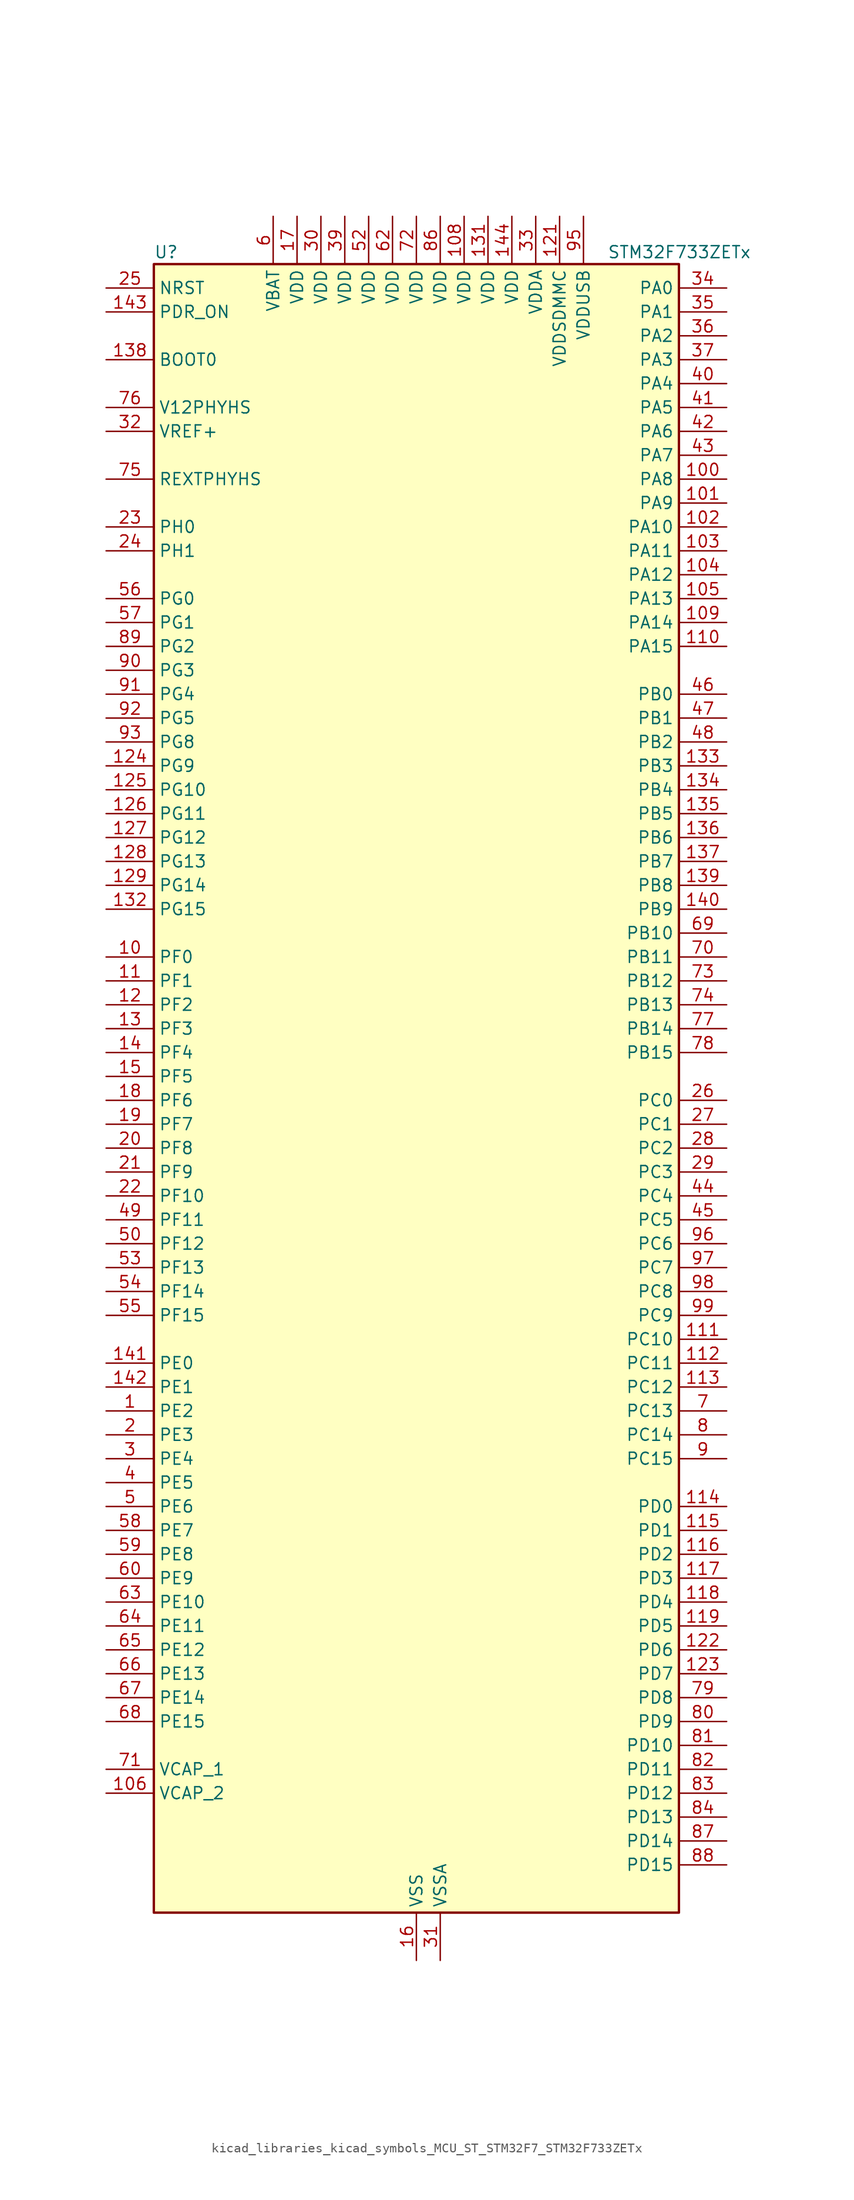
<source format=kicad_sym>
(kicad_symbol_lib
  (version 20220914)
  (generator kicad_symbol_editor)
  (symbol "kicad_libraries_kicad_symbols_MCU_ST_STM32F7_STM32F733ZETx"
    (property "Reference" "U"
      (at -27.94 90.17 0)
      (effects (font (size 1.27 1.27)) (justify left)))
    (property "Value" "STM32F733ZETx"
      (at 20.32 90.17 0)
      (effects (font (size 1.27 1.27)) (justify left)))
    (property "ki_locked" ""
      (at 0 0 0)
      (effects (font (size 1.27 1.27))))
    (symbol "kicad_libraries_kicad_symbols_MCU_ST_STM32F7_STM32F733ZETx_0_1"
      (rectangle (start -27.94 -86.36) (end 27.94 88.9) (stroke (width 0.254) (type default)) (fill (type background))))
    (symbol "kicad_libraries_kicad_symbols_MCU_ST_STM32F7_STM32F733ZETx_1_1"
      (pin bidirectional line (at -33.02 -33.02 0) (length 5.08) (name "PE2" (effects (font (size 1.27 1.27)))) (number "1" (effects (font (size 1.27 1.27)))) (alternate "FMC_A23" bidirectional line) (alternate "QUADSPI_BK1_IO2" bidirectional line) (alternate "SAI1_MCLK_A" bidirectional line) (alternate "SPI4_SCK" bidirectional line) (alternate "SYS_TRACECLK" bidirectional line))
      (pin bidirectional line (at -33.02 15.24 0) (length 5.08) (name "PF0" (effects (font (size 1.27 1.27)))) (number "10" (effects (font (size 1.27 1.27)))) (alternate "FMC_A0" bidirectional line) (alternate "I2C2_SDA" bidirectional line))
      (pin bidirectional line (at 33.02 66.04 180) (length 5.08) (name "PA8" (effects (font (size 1.27 1.27)))) (number "100" (effects (font (size 1.27 1.27)))) (alternate "I2C3_SCL" bidirectional line) (alternate "RCC_MCO_1" bidirectional line) (alternate "TIM1_CH1" bidirectional line) (alternate "TIM8_BKIN2" bidirectional line) (alternate "USART1_CK" bidirectional line) (alternate "USB_OTG_FS_SOF" bidirectional line))
      (pin bidirectional line (at 33.02 63.5 180) (length 5.08) (name "PA9" (effects (font (size 1.27 1.27)))) (number "101" (effects (font (size 1.27 1.27)))) (alternate "DAC_EXTI9" bidirectional line) (alternate "I2C3_SMBA" bidirectional line) (alternate "I2S2_CK" bidirectional line) (alternate "SPI2_SCK" bidirectional line) (alternate "TIM1_CH2" bidirectional line) (alternate "USART1_TX" bidirectional line) (alternate "USB_OTG_FS_VBUS" bidirectional line))
      (pin bidirectional line (at 33.02 60.96 180) (length 5.08) (name "PA10" (effects (font (size 1.27 1.27)))) (number "102" (effects (font (size 1.27 1.27)))) (alternate "TIM1_CH3" bidirectional line) (alternate "USART1_RX" bidirectional line) (alternate "USB_OTG_FS_ID" bidirectional line))
      (pin bidirectional line (at 33.02 58.42 180) (length 5.08) (name "PA11" (effects (font (size 1.27 1.27)))) (number "103" (effects (font (size 1.27 1.27)))) (alternate "ADC1_EXTI11" bidirectional line) (alternate "ADC2_EXTI11" bidirectional line) (alternate "ADC3_EXTI11" bidirectional line) (alternate "CAN1_RX" bidirectional line) (alternate "TIM1_CH4" bidirectional line) (alternate "USART1_CTS" bidirectional line) (alternate "USB_OTG_FS_DM" bidirectional line))
      (pin bidirectional line (at 33.02 55.88 180) (length 5.08) (name "PA12" (effects (font (size 1.27 1.27)))) (number "104" (effects (font (size 1.27 1.27)))) (alternate "CAN1_TX" bidirectional line) (alternate "SAI2_FS_B" bidirectional line) (alternate "TIM1_ETR" bidirectional line) (alternate "USART1_DE" bidirectional line) (alternate "USART1_RTS" bidirectional line) (alternate "USB_OTG_FS_DP" bidirectional line))
      (pin bidirectional line (at 33.02 53.34 180) (length 5.08) (name "PA13" (effects (font (size 1.27 1.27)))) (number "105" (effects (font (size 1.27 1.27)))) (alternate "SYS_JTMS-SWDIO" bidirectional line))
      (pin power_out line (at -33.02 -73.66 0) (length 5.08) (name "VCAP_2" (effects (font (size 1.27 1.27)))) (number "106" (effects (font (size 1.27 1.27)))))
      (pin passive line (at 0 -91.44 90) (length 5.08) hide (name "VSS" (effects (font (size 1.27 1.27)))) (number "107" (effects (font (size 1.27 1.27)))))
      (pin power_in line (at 5.08 93.98 270) (length 5.08) (name "VDD" (effects (font (size 1.27 1.27)))) (number "108" (effects (font (size 1.27 1.27)))))
      (pin bidirectional line (at 33.02 50.8 180) (length 5.08) (name "PA14" (effects (font (size 1.27 1.27)))) (number "109" (effects (font (size 1.27 1.27)))) (alternate "SYS_JTCK-SWCLK" bidirectional line))
      (pin bidirectional line (at -33.02 12.7 0) (length 5.08) (name "PF1" (effects (font (size 1.27 1.27)))) (number "11" (effects (font (size 1.27 1.27)))) (alternate "FMC_A1" bidirectional line) (alternate "I2C2_SCL" bidirectional line))
      (pin bidirectional line (at 33.02 48.26 180) (length 5.08) (name "PA15" (effects (font (size 1.27 1.27)))) (number "110" (effects (font (size 1.27 1.27)))) (alternate "I2S1_WS" bidirectional line) (alternate "I2S3_WS" bidirectional line) (alternate "SPI1_NSS" bidirectional line) (alternate "SPI3_NSS" bidirectional line) (alternate "SYS_JTDI" bidirectional line) (alternate "TIM2_CH1" bidirectional line) (alternate "TIM2_ETR" bidirectional line) (alternate "UART4_DE" bidirectional line) (alternate "UART4_RTS" bidirectional line))
      (pin bidirectional line (at 33.02 -25.4 180) (length 5.08) (name "PC10" (effects (font (size 1.27 1.27)))) (number "111" (effects (font (size 1.27 1.27)))) (alternate "I2S3_CK" bidirectional line) (alternate "QUADSPI_BK1_IO1" bidirectional line) (alternate "SDMMC1_D2" bidirectional line) (alternate "SPI3_SCK" bidirectional line) (alternate "UART4_TX" bidirectional line) (alternate "USART3_TX" bidirectional line))
      (pin bidirectional line (at 33.02 -27.94 180) (length 5.08) (name "PC11" (effects (font (size 1.27 1.27)))) (number "112" (effects (font (size 1.27 1.27)))) (alternate "ADC1_EXTI11" bidirectional line) (alternate "ADC2_EXTI11" bidirectional line) (alternate "ADC3_EXTI11" bidirectional line) (alternate "QUADSPI_BK2_NCS" bidirectional line) (alternate "SDMMC1_D3" bidirectional line) (alternate "SPI3_MISO" bidirectional line) (alternate "UART4_RX" bidirectional line) (alternate "USART3_RX" bidirectional line))
      (pin bidirectional line (at 33.02 -30.48 180) (length 5.08) (name "PC12" (effects (font (size 1.27 1.27)))) (number "113" (effects (font (size 1.27 1.27)))) (alternate "I2S3_SD" bidirectional line) (alternate "SDMMC1_CK" bidirectional line) (alternate "SPI3_MOSI" bidirectional line) (alternate "SYS_TRACED3" bidirectional line) (alternate "UART5_TX" bidirectional line) (alternate "USART3_CK" bidirectional line))
      (pin bidirectional line (at 33.02 -43.18 180) (length 5.08) (name "PD0" (effects (font (size 1.27 1.27)))) (number "114" (effects (font (size 1.27 1.27)))) (alternate "CAN1_RX" bidirectional line) (alternate "FMC_D2" bidirectional line) (alternate "FMC_DA2" bidirectional line))
      (pin bidirectional line (at 33.02 -45.72 180) (length 5.08) (name "PD1" (effects (font (size 1.27 1.27)))) (number "115" (effects (font (size 1.27 1.27)))) (alternate "CAN1_TX" bidirectional line) (alternate "FMC_D3" bidirectional line) (alternate "FMC_DA3" bidirectional line))
      (pin bidirectional line (at 33.02 -48.26 180) (length 5.08) (name "PD2" (effects (font (size 1.27 1.27)))) (number "116" (effects (font (size 1.27 1.27)))) (alternate "SDMMC1_CMD" bidirectional line) (alternate "SYS_TRACED2" bidirectional line) (alternate "TIM3_ETR" bidirectional line) (alternate "UART5_RX" bidirectional line))
      (pin bidirectional line (at 33.02 -50.8 180) (length 5.08) (name "PD3" (effects (font (size 1.27 1.27)))) (number "117" (effects (font (size 1.27 1.27)))) (alternate "FMC_CLK" bidirectional line) (alternate "I2S2_CK" bidirectional line) (alternate "SPI2_SCK" bidirectional line) (alternate "USART2_CTS" bidirectional line))
      (pin bidirectional line (at 33.02 -53.34 180) (length 5.08) (name "PD4" (effects (font (size 1.27 1.27)))) (number "118" (effects (font (size 1.27 1.27)))) (alternate "FMC_NOE" bidirectional line) (alternate "USART2_DE" bidirectional line) (alternate "USART2_RTS" bidirectional line))
      (pin bidirectional line (at 33.02 -55.88 180) (length 5.08) (name "PD5" (effects (font (size 1.27 1.27)))) (number "119" (effects (font (size 1.27 1.27)))) (alternate "FMC_NWE" bidirectional line) (alternate "USART2_TX" bidirectional line))
      (pin bidirectional line (at -33.02 10.16 0) (length 5.08) (name "PF2" (effects (font (size 1.27 1.27)))) (number "12" (effects (font (size 1.27 1.27)))) (alternate "FMC_A2" bidirectional line) (alternate "I2C2_SMBA" bidirectional line))
      (pin passive line (at 0 -91.44 90) (length 5.08) hide (name "VSS" (effects (font (size 1.27 1.27)))) (number "120" (effects (font (size 1.27 1.27)))))
      (pin power_in line (at 15.24 93.98 270) (length 5.08) (name "VDDSDMMC" (effects (font (size 1.27 1.27)))) (number "121" (effects (font (size 1.27 1.27)))))
      (pin bidirectional line (at 33.02 -58.42 180) (length 5.08) (name "PD6" (effects (font (size 1.27 1.27)))) (number "122" (effects (font (size 1.27 1.27)))) (alternate "FMC_NWAIT" bidirectional line) (alternate "I2S3_SD" bidirectional line) (alternate "SAI1_SD_A" bidirectional line) (alternate "SDMMC2_CK" bidirectional line) (alternate "SPI3_MOSI" bidirectional line) (alternate "USART2_RX" bidirectional line))
      (pin bidirectional line (at 33.02 -60.96 180) (length 5.08) (name "PD7" (effects (font (size 1.27 1.27)))) (number "123" (effects (font (size 1.27 1.27)))) (alternate "FMC_NE1" bidirectional line) (alternate "SDMMC2_CMD" bidirectional line) (alternate "USART2_CK" bidirectional line))
      (pin bidirectional line (at -33.02 35.56 0) (length 5.08) (name "PG9" (effects (font (size 1.27 1.27)))) (number "124" (effects (font (size 1.27 1.27)))) (alternate "DAC_EXTI9" bidirectional line) (alternate "FMC_NCE" bidirectional line) (alternate "FMC_NE2" bidirectional line) (alternate "QUADSPI_BK2_IO2" bidirectional line) (alternate "SAI2_FS_B" bidirectional line) (alternate "SDMMC2_D0" bidirectional line) (alternate "USART6_RX" bidirectional line))
      (pin bidirectional line (at -33.02 33.02 0) (length 5.08) (name "PG10" (effects (font (size 1.27 1.27)))) (number "125" (effects (font (size 1.27 1.27)))) (alternate "FMC_NE3" bidirectional line) (alternate "SAI2_SD_B" bidirectional line) (alternate "SDMMC2_D1" bidirectional line))
      (pin bidirectional line (at -33.02 30.48 0) (length 5.08) (name "PG11" (effects (font (size 1.27 1.27)))) (number "126" (effects (font (size 1.27 1.27)))) (alternate "ADC1_EXTI11" bidirectional line) (alternate "ADC2_EXTI11" bidirectional line) (alternate "ADC3_EXTI11" bidirectional line) (alternate "FMC_INT" bidirectional line) (alternate "SDMMC2_D2" bidirectional line))
      (pin bidirectional line (at -33.02 27.94 0) (length 5.08) (name "PG12" (effects (font (size 1.27 1.27)))) (number "127" (effects (font (size 1.27 1.27)))) (alternate "FMC_NE4" bidirectional line) (alternate "LPTIM1_IN1" bidirectional line) (alternate "SDMMC2_D3" bidirectional line) (alternate "USART6_DE" bidirectional line) (alternate "USART6_RTS" bidirectional line))
      (pin bidirectional line (at -33.02 25.4 0) (length 5.08) (name "PG13" (effects (font (size 1.27 1.27)))) (number "128" (effects (font (size 1.27 1.27)))) (alternate "FMC_A24" bidirectional line) (alternate "LPTIM1_OUT" bidirectional line) (alternate "SYS_TRACED0" bidirectional line) (alternate "USART6_CTS" bidirectional line))
      (pin bidirectional line (at -33.02 22.86 0) (length 5.08) (name "PG14" (effects (font (size 1.27 1.27)))) (number "129" (effects (font (size 1.27 1.27)))) (alternate "FMC_A25" bidirectional line) (alternate "LPTIM1_ETR" bidirectional line) (alternate "QUADSPI_BK2_IO3" bidirectional line) (alternate "SYS_TRACED1" bidirectional line) (alternate "USART6_TX" bidirectional line))
      (pin bidirectional line (at -33.02 7.62 0) (length 5.08) (name "PF3" (effects (font (size 1.27 1.27)))) (number "13" (effects (font (size 1.27 1.27)))) (alternate "ADC3_IN9" bidirectional line) (alternate "FMC_A3" bidirectional line))
      (pin passive line (at 0 -91.44 90) (length 5.08) hide (name "VSS" (effects (font (size 1.27 1.27)))) (number "130" (effects (font (size 1.27 1.27)))))
      (pin power_in line (at 7.62 93.98 270) (length 5.08) (name "VDD" (effects (font (size 1.27 1.27)))) (number "131" (effects (font (size 1.27 1.27)))))
      (pin bidirectional line (at -33.02 20.32 0) (length 5.08) (name "PG15" (effects (font (size 1.27 1.27)))) (number "132" (effects (font (size 1.27 1.27)))) (alternate "FMC_SDNCAS" bidirectional line) (alternate "USART6_CTS" bidirectional line))
      (pin bidirectional line (at 33.02 35.56 180) (length 5.08) (name "PB3" (effects (font (size 1.27 1.27)))) (number "133" (effects (font (size 1.27 1.27)))) (alternate "I2S1_CK" bidirectional line) (alternate "I2S3_CK" bidirectional line) (alternate "SDMMC2_D2" bidirectional line) (alternate "SPI1_SCK" bidirectional line) (alternate "SPI3_SCK" bidirectional line) (alternate "SYS_JTDO-SWO" bidirectional line) (alternate "TIM2_CH2" bidirectional line))
      (pin bidirectional line (at 33.02 33.02 180) (length 5.08) (name "PB4" (effects (font (size 1.27 1.27)))) (number "134" (effects (font (size 1.27 1.27)))) (alternate "I2S2_WS" bidirectional line) (alternate "SDMMC2_D3" bidirectional line) (alternate "SPI1_MISO" bidirectional line) (alternate "SPI2_NSS" bidirectional line) (alternate "SPI3_MISO" bidirectional line) (alternate "SYS_JTRST" bidirectional line) (alternate "TIM3_CH1" bidirectional line))
      (pin bidirectional line (at 33.02 30.48 180) (length 5.08) (name "PB5" (effects (font (size 1.27 1.27)))) (number "135" (effects (font (size 1.27 1.27)))) (alternate "FMC_SDCKE1" bidirectional line) (alternate "I2C1_SMBA" bidirectional line) (alternate "I2S1_SD" bidirectional line) (alternate "I2S3_SD" bidirectional line) (alternate "SPI1_MOSI" bidirectional line) (alternate "SPI3_MOSI" bidirectional line) (alternate "TIM3_CH2" bidirectional line))
      (pin bidirectional line (at 33.02 27.94 180) (length 5.08) (name "PB6" (effects (font (size 1.27 1.27)))) (number "136" (effects (font (size 1.27 1.27)))) (alternate "FMC_SDNE1" bidirectional line) (alternate "I2C1_SCL" bidirectional line) (alternate "QUADSPI_BK1_NCS" bidirectional line) (alternate "TIM4_CH1" bidirectional line) (alternate "USART1_TX" bidirectional line))
      (pin bidirectional line (at 33.02 25.4 180) (length 5.08) (name "PB7" (effects (font (size 1.27 1.27)))) (number "137" (effects (font (size 1.27 1.27)))) (alternate "FMC_NL" bidirectional line) (alternate "I2C1_SDA" bidirectional line) (alternate "TIM4_CH2" bidirectional line) (alternate "USART1_RX" bidirectional line))
      (pin input line (at -33.02 78.74 0) (length 5.08) (name "BOOT0" (effects (font (size 1.27 1.27)))) (number "138" (effects (font (size 1.27 1.27)))))
      (pin bidirectional line (at 33.02 22.86 180) (length 5.08) (name "PB8" (effects (font (size 1.27 1.27)))) (number "139" (effects (font (size 1.27 1.27)))) (alternate "CAN1_RX" bidirectional line) (alternate "I2C1_SCL" bidirectional line) (alternate "SDMMC1_D4" bidirectional line) (alternate "SDMMC2_D4" bidirectional line) (alternate "TIM10_CH1" bidirectional line) (alternate "TIM4_CH3" bidirectional line))
      (pin bidirectional line (at -33.02 5.08 0) (length 5.08) (name "PF4" (effects (font (size 1.27 1.27)))) (number "14" (effects (font (size 1.27 1.27)))) (alternate "ADC3_IN14" bidirectional line) (alternate "FMC_A4" bidirectional line))
      (pin bidirectional line (at 33.02 20.32 180) (length 5.08) (name "PB9" (effects (font (size 1.27 1.27)))) (number "140" (effects (font (size 1.27 1.27)))) (alternate "CAN1_TX" bidirectional line) (alternate "DAC_EXTI9" bidirectional line) (alternate "I2C1_SDA" bidirectional line) (alternate "I2S2_WS" bidirectional line) (alternate "SDMMC1_D5" bidirectional line) (alternate "SDMMC2_D5" bidirectional line) (alternate "SPI2_NSS" bidirectional line) (alternate "TIM11_CH1" bidirectional line) (alternate "TIM4_CH4" bidirectional line))
      (pin bidirectional line (at -33.02 -27.94 0) (length 5.08) (name "PE0" (effects (font (size 1.27 1.27)))) (number "141" (effects (font (size 1.27 1.27)))) (alternate "FMC_NBL0" bidirectional line) (alternate "LPTIM1_ETR" bidirectional line) (alternate "SAI2_MCLK_A" bidirectional line) (alternate "TIM4_ETR" bidirectional line) (alternate "UART8_RX" bidirectional line))
      (pin bidirectional line (at -33.02 -30.48 0) (length 5.08) (name "PE1" (effects (font (size 1.27 1.27)))) (number "142" (effects (font (size 1.27 1.27)))) (alternate "FMC_NBL1" bidirectional line) (alternate "LPTIM1_IN2" bidirectional line) (alternate "UART8_TX" bidirectional line))
      (pin input line (at -33.02 83.82 0) (length 5.08) (name "PDR_ON" (effects (font (size 1.27 1.27)))) (number "143" (effects (font (size 1.27 1.27)))))
      (pin power_in line (at 10.16 93.98 270) (length 5.08) (name "VDD" (effects (font (size 1.27 1.27)))) (number "144" (effects (font (size 1.27 1.27)))))
      (pin bidirectional line (at -33.02 2.54 0) (length 5.08) (name "PF5" (effects (font (size 1.27 1.27)))) (number "15" (effects (font (size 1.27 1.27)))) (alternate "ADC3_IN15" bidirectional line) (alternate "FMC_A5" bidirectional line))
      (pin power_in line (at 0 -91.44 90) (length 5.08) (name "VSS" (effects (font (size 1.27 1.27)))) (number "16" (effects (font (size 1.27 1.27)))))
      (pin power_in line (at -12.7 93.98 270) (length 5.08) (name "VDD" (effects (font (size 1.27 1.27)))) (number "17" (effects (font (size 1.27 1.27)))))
      (pin bidirectional line (at -33.02 0 0) (length 5.08) (name "PF6" (effects (font (size 1.27 1.27)))) (number "18" (effects (font (size 1.27 1.27)))) (alternate "ADC3_IN4" bidirectional line) (alternate "QUADSPI_BK1_IO3" bidirectional line) (alternate "SAI1_SD_B" bidirectional line) (alternate "SPI5_NSS" bidirectional line) (alternate "TIM10_CH1" bidirectional line) (alternate "UART7_RX" bidirectional line))
      (pin bidirectional line (at -33.02 -2.54 0) (length 5.08) (name "PF7" (effects (font (size 1.27 1.27)))) (number "19" (effects (font (size 1.27 1.27)))) (alternate "ADC3_IN5" bidirectional line) (alternate "QUADSPI_BK1_IO2" bidirectional line) (alternate "SAI1_MCLK_B" bidirectional line) (alternate "SPI5_SCK" bidirectional line) (alternate "TIM11_CH1" bidirectional line) (alternate "UART7_TX" bidirectional line))
      (pin bidirectional line (at -33.02 -35.56 0) (length 5.08) (name "PE3" (effects (font (size 1.27 1.27)))) (number "2" (effects (font (size 1.27 1.27)))) (alternate "FMC_A19" bidirectional line) (alternate "SAI1_SD_B" bidirectional line) (alternate "SYS_TRACED0" bidirectional line))
      (pin bidirectional line (at -33.02 -5.08 0) (length 5.08) (name "PF8" (effects (font (size 1.27 1.27)))) (number "20" (effects (font (size 1.27 1.27)))) (alternate "ADC3_IN6" bidirectional line) (alternate "QUADSPI_BK1_IO0" bidirectional line) (alternate "SAI1_SCK_B" bidirectional line) (alternate "SPI5_MISO" bidirectional line) (alternate "TIM13_CH1" bidirectional line) (alternate "UART7_DE" bidirectional line) (alternate "UART7_RTS" bidirectional line))
      (pin bidirectional line (at -33.02 -7.62 0) (length 5.08) (name "PF9" (effects (font (size 1.27 1.27)))) (number "21" (effects (font (size 1.27 1.27)))) (alternate "ADC3_IN7" bidirectional line) (alternate "DAC_EXTI9" bidirectional line) (alternate "QUADSPI_BK1_IO1" bidirectional line) (alternate "SAI1_FS_B" bidirectional line) (alternate "SPI5_MOSI" bidirectional line) (alternate "TIM14_CH1" bidirectional line) (alternate "UART7_CTS" bidirectional line))
      (pin bidirectional line (at -33.02 -10.16 0) (length 5.08) (name "PF10" (effects (font (size 1.27 1.27)))) (number "22" (effects (font (size 1.27 1.27)))) (alternate "ADC3_IN8" bidirectional line))
      (pin bidirectional line (at -33.02 60.96 0) (length 5.08) (name "PH0" (effects (font (size 1.27 1.27)))) (number "23" (effects (font (size 1.27 1.27)))) (alternate "RCC_OSC_IN" bidirectional line))
      (pin bidirectional line (at -33.02 58.42 0) (length 5.08) (name "PH1" (effects (font (size 1.27 1.27)))) (number "24" (effects (font (size 1.27 1.27)))) (alternate "RCC_OSC_OUT" bidirectional line))
      (pin input line (at -33.02 86.36 0) (length 5.08) (name "NRST" (effects (font (size 1.27 1.27)))) (number "25" (effects (font (size 1.27 1.27)))))
      (pin bidirectional line (at 33.02 0 180) (length 5.08) (name "PC0" (effects (font (size 1.27 1.27)))) (number "26" (effects (font (size 1.27 1.27)))) (alternate "ADC1_IN10" bidirectional line) (alternate "ADC2_IN10" bidirectional line) (alternate "ADC3_IN10" bidirectional line) (alternate "FMC_SDNWE" bidirectional line) (alternate "SAI2_FS_B" bidirectional line))
      (pin bidirectional line (at 33.02 -2.54 180) (length 5.08) (name "PC1" (effects (font (size 1.27 1.27)))) (number "27" (effects (font (size 1.27 1.27)))) (alternate "ADC1_IN11" bidirectional line) (alternate "ADC2_IN11" bidirectional line) (alternate "ADC3_IN11" bidirectional line) (alternate "I2S2_SD" bidirectional line) (alternate "RTC_TAMP3" bidirectional line) (alternate "RTC_TS" bidirectional line) (alternate "SAI1_SD_A" bidirectional line) (alternate "SPI2_MOSI" bidirectional line) (alternate "SYS_TRACED0" bidirectional line) (alternate "SYS_WKUP3" bidirectional line))
      (pin bidirectional line (at 33.02 -5.08 180) (length 5.08) (name "PC2" (effects (font (size 1.27 1.27)))) (number "28" (effects (font (size 1.27 1.27)))) (alternate "ADC1_IN12" bidirectional line) (alternate "ADC2_IN12" bidirectional line) (alternate "ADC3_IN12" bidirectional line) (alternate "FMC_SDNE0" bidirectional line) (alternate "SPI2_MISO" bidirectional line))
      (pin bidirectional line (at 33.02 -7.62 180) (length 5.08) (name "PC3" (effects (font (size 1.27 1.27)))) (number "29" (effects (font (size 1.27 1.27)))) (alternate "ADC1_IN13" bidirectional line) (alternate "ADC2_IN13" bidirectional line) (alternate "ADC3_IN13" bidirectional line) (alternate "FMC_SDCKE0" bidirectional line) (alternate "I2S2_SD" bidirectional line) (alternate "SPI2_MOSI" bidirectional line))
      (pin bidirectional line (at -33.02 -38.1 0) (length 5.08) (name "PE4" (effects (font (size 1.27 1.27)))) (number "3" (effects (font (size 1.27 1.27)))) (alternate "FMC_A20" bidirectional line) (alternate "SAI1_FS_A" bidirectional line) (alternate "SPI4_NSS" bidirectional line) (alternate "SYS_TRACED1" bidirectional line))
      (pin power_in line (at -10.16 93.98 270) (length 5.08) (name "VDD" (effects (font (size 1.27 1.27)))) (number "30" (effects (font (size 1.27 1.27)))))
      (pin power_in line (at 2.54 -91.44 90) (length 5.08) (name "VSSA" (effects (font (size 1.27 1.27)))) (number "31" (effects (font (size 1.27 1.27)))))
      (pin input line (at -33.02 71.12 0) (length 5.08) (name "VREF+" (effects (font (size 1.27 1.27)))) (number "32" (effects (font (size 1.27 1.27)))))
      (pin power_in line (at 12.7 93.98 270) (length 5.08) (name "VDDA" (effects (font (size 1.27 1.27)))) (number "33" (effects (font (size 1.27 1.27)))))
      (pin bidirectional line (at 33.02 86.36 180) (length 5.08) (name "PA0" (effects (font (size 1.27 1.27)))) (number "34" (effects (font (size 1.27 1.27)))) (alternate "ADC1_IN0" bidirectional line) (alternate "ADC2_IN0" bidirectional line) (alternate "ADC3_IN0" bidirectional line) (alternate "SAI2_SD_B" bidirectional line) (alternate "SYS_WKUP1" bidirectional line) (alternate "TIM2_CH1" bidirectional line) (alternate "TIM2_ETR" bidirectional line) (alternate "TIM5_CH1" bidirectional line) (alternate "TIM8_ETR" bidirectional line) (alternate "UART4_TX" bidirectional line) (alternate "USART2_CTS" bidirectional line))
      (pin bidirectional line (at 33.02 83.82 180) (length 5.08) (name "PA1" (effects (font (size 1.27 1.27)))) (number "35" (effects (font (size 1.27 1.27)))) (alternate "ADC1_IN1" bidirectional line) (alternate "ADC2_IN1" bidirectional line) (alternate "ADC3_IN1" bidirectional line) (alternate "QUADSPI_BK1_IO3" bidirectional line) (alternate "SAI2_MCLK_B" bidirectional line) (alternate "TIM2_CH2" bidirectional line) (alternate "TIM5_CH2" bidirectional line) (alternate "UART4_RX" bidirectional line) (alternate "USART2_DE" bidirectional line) (alternate "USART2_RTS" bidirectional line))
      (pin bidirectional line (at 33.02 81.28 180) (length 5.08) (name "PA2" (effects (font (size 1.27 1.27)))) (number "36" (effects (font (size 1.27 1.27)))) (alternate "ADC1_IN2" bidirectional line) (alternate "ADC2_IN2" bidirectional line) (alternate "ADC3_IN2" bidirectional line) (alternate "SAI2_SCK_B" bidirectional line) (alternate "SYS_WKUP2" bidirectional line) (alternate "TIM2_CH3" bidirectional line) (alternate "TIM5_CH3" bidirectional line) (alternate "TIM9_CH1" bidirectional line) (alternate "USART2_TX" bidirectional line))
      (pin bidirectional line (at 33.02 78.74 180) (length 5.08) (name "PA3" (effects (font (size 1.27 1.27)))) (number "37" (effects (font (size 1.27 1.27)))) (alternate "ADC1_IN3" bidirectional line) (alternate "ADC2_IN3" bidirectional line) (alternate "ADC3_IN3" bidirectional line) (alternate "TIM2_CH4" bidirectional line) (alternate "TIM5_CH4" bidirectional line) (alternate "TIM9_CH2" bidirectional line) (alternate "USART2_RX" bidirectional line))
      (pin passive line (at 0 -91.44 90) (length 5.08) hide (name "VSS" (effects (font (size 1.27 1.27)))) (number "38" (effects (font (size 1.27 1.27)))))
      (pin power_in line (at -7.62 93.98 270) (length 5.08) (name "VDD" (effects (font (size 1.27 1.27)))) (number "39" (effects (font (size 1.27 1.27)))))
      (pin bidirectional line (at -33.02 -40.64 0) (length 5.08) (name "PE5" (effects (font (size 1.27 1.27)))) (number "4" (effects (font (size 1.27 1.27)))) (alternate "FMC_A21" bidirectional line) (alternate "SAI1_SCK_A" bidirectional line) (alternate "SPI4_MISO" bidirectional line) (alternate "SYS_TRACED2" bidirectional line) (alternate "TIM9_CH1" bidirectional line))
      (pin bidirectional line (at 33.02 76.2 180) (length 5.08) (name "PA4" (effects (font (size 1.27 1.27)))) (number "40" (effects (font (size 1.27 1.27)))) (alternate "ADC1_IN4" bidirectional line) (alternate "ADC2_IN4" bidirectional line) (alternate "DAC_OUT1" bidirectional line) (alternate "I2S1_WS" bidirectional line) (alternate "I2S3_WS" bidirectional line) (alternate "SPI1_NSS" bidirectional line) (alternate "SPI3_NSS" bidirectional line) (alternate "USART2_CK" bidirectional line) (alternate "USB_OTG_HS_SOF" bidirectional line))
      (pin bidirectional line (at 33.02 73.66 180) (length 5.08) (name "PA5" (effects (font (size 1.27 1.27)))) (number "41" (effects (font (size 1.27 1.27)))) (alternate "ADC1_IN5" bidirectional line) (alternate "ADC2_IN5" bidirectional line) (alternate "DAC_OUT2" bidirectional line) (alternate "I2S1_CK" bidirectional line) (alternate "SPI1_SCK" bidirectional line) (alternate "TIM2_CH1" bidirectional line) (alternate "TIM2_ETR" bidirectional line) (alternate "TIM8_CH1N" bidirectional line))
      (pin bidirectional line (at 33.02 71.12 180) (length 5.08) (name "PA6" (effects (font (size 1.27 1.27)))) (number "42" (effects (font (size 1.27 1.27)))) (alternate "ADC1_IN6" bidirectional line) (alternate "ADC2_IN6" bidirectional line) (alternate "SPI1_MISO" bidirectional line) (alternate "TIM13_CH1" bidirectional line) (alternate "TIM1_BKIN" bidirectional line) (alternate "TIM3_CH1" bidirectional line) (alternate "TIM8_BKIN" bidirectional line))
      (pin bidirectional line (at 33.02 68.58 180) (length 5.08) (name "PA7" (effects (font (size 1.27 1.27)))) (number "43" (effects (font (size 1.27 1.27)))) (alternate "ADC1_IN7" bidirectional line) (alternate "ADC2_IN7" bidirectional line) (alternate "FMC_SDNWE" bidirectional line) (alternate "I2S1_SD" bidirectional line) (alternate "SPI1_MOSI" bidirectional line) (alternate "TIM14_CH1" bidirectional line) (alternate "TIM1_CH1N" bidirectional line) (alternate "TIM3_CH2" bidirectional line) (alternate "TIM8_CH1N" bidirectional line))
      (pin bidirectional line (at 33.02 -10.16 180) (length 5.08) (name "PC4" (effects (font (size 1.27 1.27)))) (number "44" (effects (font (size 1.27 1.27)))) (alternate "ADC1_IN14" bidirectional line) (alternate "ADC2_IN14" bidirectional line) (alternate "FMC_SDNE0" bidirectional line) (alternate "I2S1_MCK" bidirectional line))
      (pin bidirectional line (at 33.02 -12.7 180) (length 5.08) (name "PC5" (effects (font (size 1.27 1.27)))) (number "45" (effects (font (size 1.27 1.27)))) (alternate "ADC1_IN15" bidirectional line) (alternate "ADC2_IN15" bidirectional line) (alternate "FMC_SDCKE0" bidirectional line))
      (pin bidirectional line (at 33.02 43.18 180) (length 5.08) (name "PB0" (effects (font (size 1.27 1.27)))) (number "46" (effects (font (size 1.27 1.27)))) (alternate "ADC1_IN8" bidirectional line) (alternate "ADC2_IN8" bidirectional line) (alternate "TIM1_CH2N" bidirectional line) (alternate "TIM3_CH3" bidirectional line) (alternate "TIM8_CH2N" bidirectional line) (alternate "UART4_CTS" bidirectional line))
      (pin bidirectional line (at 33.02 40.64 180) (length 5.08) (name "PB1" (effects (font (size 1.27 1.27)))) (number "47" (effects (font (size 1.27 1.27)))) (alternate "ADC1_IN9" bidirectional line) (alternate "ADC2_IN9" bidirectional line) (alternate "TIM1_CH3N" bidirectional line) (alternate "TIM3_CH4" bidirectional line) (alternate "TIM8_CH3N" bidirectional line))
      (pin bidirectional line (at 33.02 38.1 180) (length 5.08) (name "PB2" (effects (font (size 1.27 1.27)))) (number "48" (effects (font (size 1.27 1.27)))) (alternate "I2S3_SD" bidirectional line) (alternate "QUADSPI_CLK" bidirectional line) (alternate "SAI1_SD_A" bidirectional line) (alternate "SPI3_MOSI" bidirectional line))
      (pin bidirectional line (at -33.02 -12.7 0) (length 5.08) (name "PF11" (effects (font (size 1.27 1.27)))) (number "49" (effects (font (size 1.27 1.27)))) (alternate "ADC1_EXTI11" bidirectional line) (alternate "ADC2_EXTI11" bidirectional line) (alternate "ADC3_EXTI11" bidirectional line) (alternate "FMC_SDNRAS" bidirectional line) (alternate "SAI2_SD_B" bidirectional line) (alternate "SPI5_MOSI" bidirectional line))
      (pin bidirectional line (at -33.02 -43.18 0) (length 5.08) (name "PE6" (effects (font (size 1.27 1.27)))) (number "5" (effects (font (size 1.27 1.27)))) (alternate "FMC_A22" bidirectional line) (alternate "SAI1_SD_A" bidirectional line) (alternate "SAI2_MCLK_B" bidirectional line) (alternate "SPI4_MOSI" bidirectional line) (alternate "SYS_TRACED3" bidirectional line) (alternate "TIM1_BKIN2" bidirectional line) (alternate "TIM9_CH2" bidirectional line))
      (pin bidirectional line (at -33.02 -15.24 0) (length 5.08) (name "PF12" (effects (font (size 1.27 1.27)))) (number "50" (effects (font (size 1.27 1.27)))) (alternate "FMC_A6" bidirectional line))
      (pin passive line (at 0 -91.44 90) (length 5.08) hide (name "VSS" (effects (font (size 1.27 1.27)))) (number "51" (effects (font (size 1.27 1.27)))))
      (pin power_in line (at -5.08 93.98 270) (length 5.08) (name "VDD" (effects (font (size 1.27 1.27)))) (number "52" (effects (font (size 1.27 1.27)))))
      (pin bidirectional line (at -33.02 -17.78 0) (length 5.08) (name "PF13" (effects (font (size 1.27 1.27)))) (number "53" (effects (font (size 1.27 1.27)))) (alternate "FMC_A7" bidirectional line))
      (pin bidirectional line (at -33.02 -20.32 0) (length 5.08) (name "PF14" (effects (font (size 1.27 1.27)))) (number "54" (effects (font (size 1.27 1.27)))) (alternate "FMC_A8" bidirectional line))
      (pin bidirectional line (at -33.02 -22.86 0) (length 5.08) (name "PF15" (effects (font (size 1.27 1.27)))) (number "55" (effects (font (size 1.27 1.27)))) (alternate "FMC_A9" bidirectional line))
      (pin bidirectional line (at -33.02 53.34 0) (length 5.08) (name "PG0" (effects (font (size 1.27 1.27)))) (number "56" (effects (font (size 1.27 1.27)))) (alternate "FMC_A10" bidirectional line))
      (pin bidirectional line (at -33.02 50.8 0) (length 5.08) (name "PG1" (effects (font (size 1.27 1.27)))) (number "57" (effects (font (size 1.27 1.27)))) (alternate "FMC_A11" bidirectional line))
      (pin bidirectional line (at -33.02 -45.72 0) (length 5.08) (name "PE7" (effects (font (size 1.27 1.27)))) (number "58" (effects (font (size 1.27 1.27)))) (alternate "FMC_D4" bidirectional line) (alternate "FMC_DA4" bidirectional line) (alternate "QUADSPI_BK2_IO0" bidirectional line) (alternate "TIM1_ETR" bidirectional line) (alternate "UART7_RX" bidirectional line))
      (pin bidirectional line (at -33.02 -48.26 0) (length 5.08) (name "PE8" (effects (font (size 1.27 1.27)))) (number "59" (effects (font (size 1.27 1.27)))) (alternate "FMC_D5" bidirectional line) (alternate "FMC_DA5" bidirectional line) (alternate "QUADSPI_BK2_IO1" bidirectional line) (alternate "TIM1_CH1N" bidirectional line) (alternate "UART7_TX" bidirectional line))
      (pin power_in line (at -15.24 93.98 270) (length 5.08) (name "VBAT" (effects (font (size 1.27 1.27)))) (number "6" (effects (font (size 1.27 1.27)))))
      (pin bidirectional line (at -33.02 -50.8 0) (length 5.08) (name "PE9" (effects (font (size 1.27 1.27)))) (number "60" (effects (font (size 1.27 1.27)))) (alternate "DAC_EXTI9" bidirectional line) (alternate "FMC_D6" bidirectional line) (alternate "FMC_DA6" bidirectional line) (alternate "QUADSPI_BK2_IO2" bidirectional line) (alternate "TIM1_CH1" bidirectional line) (alternate "UART7_DE" bidirectional line) (alternate "UART7_RTS" bidirectional line))
      (pin passive line (at 0 -91.44 90) (length 5.08) hide (name "VSS" (effects (font (size 1.27 1.27)))) (number "61" (effects (font (size 1.27 1.27)))))
      (pin power_in line (at -2.54 93.98 270) (length 5.08) (name "VDD" (effects (font (size 1.27 1.27)))) (number "62" (effects (font (size 1.27 1.27)))))
      (pin bidirectional line (at -33.02 -53.34 0) (length 5.08) (name "PE10" (effects (font (size 1.27 1.27)))) (number "63" (effects (font (size 1.27 1.27)))) (alternate "FMC_D7" bidirectional line) (alternate "FMC_DA7" bidirectional line) (alternate "QUADSPI_BK2_IO3" bidirectional line) (alternate "TIM1_CH2N" bidirectional line) (alternate "UART7_CTS" bidirectional line))
      (pin bidirectional line (at -33.02 -55.88 0) (length 5.08) (name "PE11" (effects (font (size 1.27 1.27)))) (number "64" (effects (font (size 1.27 1.27)))) (alternate "ADC1_EXTI11" bidirectional line) (alternate "ADC2_EXTI11" bidirectional line) (alternate "ADC3_EXTI11" bidirectional line) (alternate "FMC_D8" bidirectional line) (alternate "FMC_DA8" bidirectional line) (alternate "SAI2_SD_B" bidirectional line) (alternate "SPI4_NSS" bidirectional line) (alternate "TIM1_CH2" bidirectional line))
      (pin bidirectional line (at -33.02 -58.42 0) (length 5.08) (name "PE12" (effects (font (size 1.27 1.27)))) (number "65" (effects (font (size 1.27 1.27)))) (alternate "FMC_D9" bidirectional line) (alternate "FMC_DA9" bidirectional line) (alternate "SAI2_SCK_B" bidirectional line) (alternate "SPI4_SCK" bidirectional line) (alternate "TIM1_CH3N" bidirectional line))
      (pin bidirectional line (at -33.02 -60.96 0) (length 5.08) (name "PE13" (effects (font (size 1.27 1.27)))) (number "66" (effects (font (size 1.27 1.27)))) (alternate "FMC_D10" bidirectional line) (alternate "FMC_DA10" bidirectional line) (alternate "SAI2_FS_B" bidirectional line) (alternate "SPI4_MISO" bidirectional line) (alternate "TIM1_CH3" bidirectional line))
      (pin bidirectional line (at -33.02 -63.5 0) (length 5.08) (name "PE14" (effects (font (size 1.27 1.27)))) (number "67" (effects (font (size 1.27 1.27)))) (alternate "FMC_D11" bidirectional line) (alternate "FMC_DA11" bidirectional line) (alternate "SAI2_MCLK_B" bidirectional line) (alternate "SPI4_MOSI" bidirectional line) (alternate "TIM1_CH4" bidirectional line))
      (pin bidirectional line (at -33.02 -66.04 0) (length 5.08) (name "PE15" (effects (font (size 1.27 1.27)))) (number "68" (effects (font (size 1.27 1.27)))) (alternate "FMC_D12" bidirectional line) (alternate "FMC_DA12" bidirectional line) (alternate "TIM1_BKIN" bidirectional line))
      (pin bidirectional line (at 33.02 17.78 180) (length 5.08) (name "PB10" (effects (font (size 1.27 1.27)))) (number "69" (effects (font (size 1.27 1.27)))) (alternate "I2C2_SCL" bidirectional line) (alternate "I2S2_CK" bidirectional line) (alternate "SPI2_SCK" bidirectional line) (alternate "TIM2_CH3" bidirectional line) (alternate "USART3_TX" bidirectional line))
      (pin bidirectional line (at 33.02 -33.02 180) (length 5.08) (name "PC13" (effects (font (size 1.27 1.27)))) (number "7" (effects (font (size 1.27 1.27)))) (alternate "RTC_OUT" bidirectional line) (alternate "RTC_TAMP1" bidirectional line) (alternate "RTC_TS" bidirectional line) (alternate "SYS_WKUP4" bidirectional line))
      (pin bidirectional line (at 33.02 15.24 180) (length 5.08) (name "PB11" (effects (font (size 1.27 1.27)))) (number "70" (effects (font (size 1.27 1.27)))) (alternate "ADC1_EXTI11" bidirectional line) (alternate "ADC2_EXTI11" bidirectional line) (alternate "ADC3_EXTI11" bidirectional line) (alternate "I2C2_SDA" bidirectional line) (alternate "TIM2_CH4" bidirectional line) (alternate "USART3_RX" bidirectional line))
      (pin power_out line (at -33.02 -71.12 0) (length 5.08) (name "VCAP_1" (effects (font (size 1.27 1.27)))) (number "71" (effects (font (size 1.27 1.27)))))
      (pin power_in line (at 0 93.98 270) (length 5.08) (name "VDD" (effects (font (size 1.27 1.27)))) (number "72" (effects (font (size 1.27 1.27)))))
      (pin bidirectional line (at 33.02 12.7 180) (length 5.08) (name "PB12" (effects (font (size 1.27 1.27)))) (number "73" (effects (font (size 1.27 1.27)))) (alternate "I2C2_SMBA" bidirectional line) (alternate "I2S2_WS" bidirectional line) (alternate "SPI2_NSS" bidirectional line) (alternate "TIM1_BKIN" bidirectional line) (alternate "USART3_CK" bidirectional line) (alternate "USB_OTG_HS_ID" bidirectional line))
      (pin bidirectional line (at 33.02 10.16 180) (length 5.08) (name "PB13" (effects (font (size 1.27 1.27)))) (number "74" (effects (font (size 1.27 1.27)))) (alternate "I2S2_CK" bidirectional line) (alternate "SPI2_SCK" bidirectional line) (alternate "TIM1_CH1N" bidirectional line) (alternate "USART3_CTS" bidirectional line) (alternate "USB_OTG_HS_VBUS" bidirectional line))
      (pin bidirectional line (at -33.02 66.04 0) (length 5.08) (name "REXTPHYHS" (effects (font (size 1.27 1.27)))) (number "75" (effects (font (size 1.27 1.27)))) (alternate "USB_OTG_HS_REXTPHYHS" bidirectional line))
      (pin power_in line (at -33.02 73.66 0) (length 5.08) (name "V12PHYHS" (effects (font (size 1.27 1.27)))) (number "76" (effects (font (size 1.27 1.27)))))
      (pin bidirectional line (at 33.02 7.62 180) (length 5.08) (name "PB14" (effects (font (size 1.27 1.27)))) (number "77" (effects (font (size 1.27 1.27)))) (alternate "USB_OTG_HS_DM" bidirectional line))
      (pin bidirectional line (at 33.02 5.08 180) (length 5.08) (name "PB15" (effects (font (size 1.27 1.27)))) (number "78" (effects (font (size 1.27 1.27)))) (alternate "USB_OTG_HS_DP" bidirectional line))
      (pin bidirectional line (at 33.02 -63.5 180) (length 5.08) (name "PD8" (effects (font (size 1.27 1.27)))) (number "79" (effects (font (size 1.27 1.27)))) (alternate "FMC_D13" bidirectional line) (alternate "FMC_DA13" bidirectional line) (alternate "USART3_TX" bidirectional line))
      (pin bidirectional line (at 33.02 -35.56 180) (length 5.08) (name "PC14" (effects (font (size 1.27 1.27)))) (number "8" (effects (font (size 1.27 1.27)))) (alternate "RCC_OSC32_IN" bidirectional line))
      (pin bidirectional line (at 33.02 -66.04 180) (length 5.08) (name "PD9" (effects (font (size 1.27 1.27)))) (number "80" (effects (font (size 1.27 1.27)))) (alternate "DAC_EXTI9" bidirectional line) (alternate "FMC_D14" bidirectional line) (alternate "FMC_DA14" bidirectional line) (alternate "USART3_RX" bidirectional line))
      (pin bidirectional line (at 33.02 -68.58 180) (length 5.08) (name "PD10" (effects (font (size 1.27 1.27)))) (number "81" (effects (font (size 1.27 1.27)))) (alternate "FMC_D15" bidirectional line) (alternate "FMC_DA15" bidirectional line) (alternate "USART3_CK" bidirectional line))
      (pin bidirectional line (at 33.02 -71.12 180) (length 5.08) (name "PD11" (effects (font (size 1.27 1.27)))) (number "82" (effects (font (size 1.27 1.27)))) (alternate "ADC1_EXTI11" bidirectional line) (alternate "ADC2_EXTI11" bidirectional line) (alternate "ADC3_EXTI11" bidirectional line) (alternate "FMC_A16" bidirectional line) (alternate "FMC_CLE" bidirectional line) (alternate "QUADSPI_BK1_IO0" bidirectional line) (alternate "SAI2_SD_A" bidirectional line) (alternate "USART3_CTS" bidirectional line))
      (pin bidirectional line (at 33.02 -73.66 180) (length 5.08) (name "PD12" (effects (font (size 1.27 1.27)))) (number "83" (effects (font (size 1.27 1.27)))) (alternate "FMC_A17" bidirectional line) (alternate "FMC_ALE" bidirectional line) (alternate "LPTIM1_IN1" bidirectional line) (alternate "QUADSPI_BK1_IO1" bidirectional line) (alternate "SAI2_FS_A" bidirectional line) (alternate "TIM4_CH1" bidirectional line) (alternate "USART3_DE" bidirectional line) (alternate "USART3_RTS" bidirectional line))
      (pin bidirectional line (at 33.02 -76.2 180) (length 5.08) (name "PD13" (effects (font (size 1.27 1.27)))) (number "84" (effects (font (size 1.27 1.27)))) (alternate "FMC_A18" bidirectional line) (alternate "LPTIM1_OUT" bidirectional line) (alternate "QUADSPI_BK1_IO3" bidirectional line) (alternate "SAI2_SCK_A" bidirectional line) (alternate "TIM4_CH2" bidirectional line))
      (pin passive line (at 0 -91.44 90) (length 5.08) hide (name "VSS" (effects (font (size 1.27 1.27)))) (number "85" (effects (font (size 1.27 1.27)))))
      (pin power_in line (at 2.54 93.98 270) (length 5.08) (name "VDD" (effects (font (size 1.27 1.27)))) (number "86" (effects (font (size 1.27 1.27)))))
      (pin bidirectional line (at 33.02 -78.74 180) (length 5.08) (name "PD14" (effects (font (size 1.27 1.27)))) (number "87" (effects (font (size 1.27 1.27)))) (alternate "FMC_D0" bidirectional line) (alternate "FMC_DA0" bidirectional line) (alternate "TIM4_CH3" bidirectional line) (alternate "UART8_CTS" bidirectional line))
      (pin bidirectional line (at 33.02 -81.28 180) (length 5.08) (name "PD15" (effects (font (size 1.27 1.27)))) (number "88" (effects (font (size 1.27 1.27)))) (alternate "FMC_D1" bidirectional line) (alternate "FMC_DA1" bidirectional line) (alternate "TIM4_CH4" bidirectional line) (alternate "UART8_DE" bidirectional line) (alternate "UART8_RTS" bidirectional line))
      (pin bidirectional line (at -33.02 48.26 0) (length 5.08) (name "PG2" (effects (font (size 1.27 1.27)))) (number "89" (effects (font (size 1.27 1.27)))) (alternate "FMC_A12" bidirectional line))
      (pin bidirectional line (at 33.02 -38.1 180) (length 5.08) (name "PC15" (effects (font (size 1.27 1.27)))) (number "9" (effects (font (size 1.27 1.27)))) (alternate "RCC_OSC32_OUT" bidirectional line))
      (pin bidirectional line (at -33.02 45.72 0) (length 5.08) (name "PG3" (effects (font (size 1.27 1.27)))) (number "90" (effects (font (size 1.27 1.27)))) (alternate "FMC_A13" bidirectional line))
      (pin bidirectional line (at -33.02 43.18 0) (length 5.08) (name "PG4" (effects (font (size 1.27 1.27)))) (number "91" (effects (font (size 1.27 1.27)))) (alternate "FMC_A14" bidirectional line) (alternate "FMC_BA0" bidirectional line))
      (pin bidirectional line (at -33.02 40.64 0) (length 5.08) (name "PG5" (effects (font (size 1.27 1.27)))) (number "92" (effects (font (size 1.27 1.27)))) (alternate "FMC_A15" bidirectional line) (alternate "FMC_BA1" bidirectional line))
      (pin bidirectional line (at -33.02 38.1 0) (length 5.08) (name "PG8" (effects (font (size 1.27 1.27)))) (number "93" (effects (font (size 1.27 1.27)))) (alternate "FMC_SDCLK" bidirectional line) (alternate "USART6_DE" bidirectional line) (alternate "USART6_RTS" bidirectional line))
      (pin passive line (at 0 -91.44 90) (length 5.08) hide (name "VSS" (effects (font (size 1.27 1.27)))) (number "94" (effects (font (size 1.27 1.27)))))
      (pin power_in line (at 17.78 93.98 270) (length 5.08) (name "VDDUSB" (effects (font (size 1.27 1.27)))) (number "95" (effects (font (size 1.27 1.27)))))
      (pin bidirectional line (at 33.02 -15.24 180) (length 5.08) (name "PC6" (effects (font (size 1.27 1.27)))) (number "96" (effects (font (size 1.27 1.27)))) (alternate "I2S2_MCK" bidirectional line) (alternate "SDMMC1_D6" bidirectional line) (alternate "SDMMC2_D6" bidirectional line) (alternate "TIM3_CH1" bidirectional line) (alternate "TIM8_CH1" bidirectional line) (alternate "USART6_TX" bidirectional line))
      (pin bidirectional line (at 33.02 -17.78 180) (length 5.08) (name "PC7" (effects (font (size 1.27 1.27)))) (number "97" (effects (font (size 1.27 1.27)))) (alternate "I2S3_MCK" bidirectional line) (alternate "SDMMC1_D7" bidirectional line) (alternate "SDMMC2_D7" bidirectional line) (alternate "TIM3_CH2" bidirectional line) (alternate "TIM8_CH2" bidirectional line) (alternate "USART6_RX" bidirectional line))
      (pin bidirectional line (at 33.02 -20.32 180) (length 5.08) (name "PC8" (effects (font (size 1.27 1.27)))) (number "98" (effects (font (size 1.27 1.27)))) (alternate "SDMMC1_D0" bidirectional line) (alternate "SYS_TRACED1" bidirectional line) (alternate "TIM3_CH3" bidirectional line) (alternate "TIM8_CH3" bidirectional line) (alternate "UART5_DE" bidirectional line) (alternate "UART5_RTS" bidirectional line) (alternate "USART6_CK" bidirectional line))
      (pin bidirectional line (at 33.02 -22.86 180) (length 5.08) (name "PC9" (effects (font (size 1.27 1.27)))) (number "99" (effects (font (size 1.27 1.27)))) (alternate "DAC_EXTI9" bidirectional line) (alternate "I2C3_SDA" bidirectional line) (alternate "I2S_CKIN" bidirectional line) (alternate "QUADSPI_BK1_IO0" bidirectional line) (alternate "RCC_MCO_2" bidirectional line) (alternate "SDMMC1_D1" bidirectional line) (alternate "TIM3_CH4" bidirectional line) (alternate "TIM8_CH4" bidirectional line) (alternate "UART5_CTS" bidirectional line)))))
</source>
